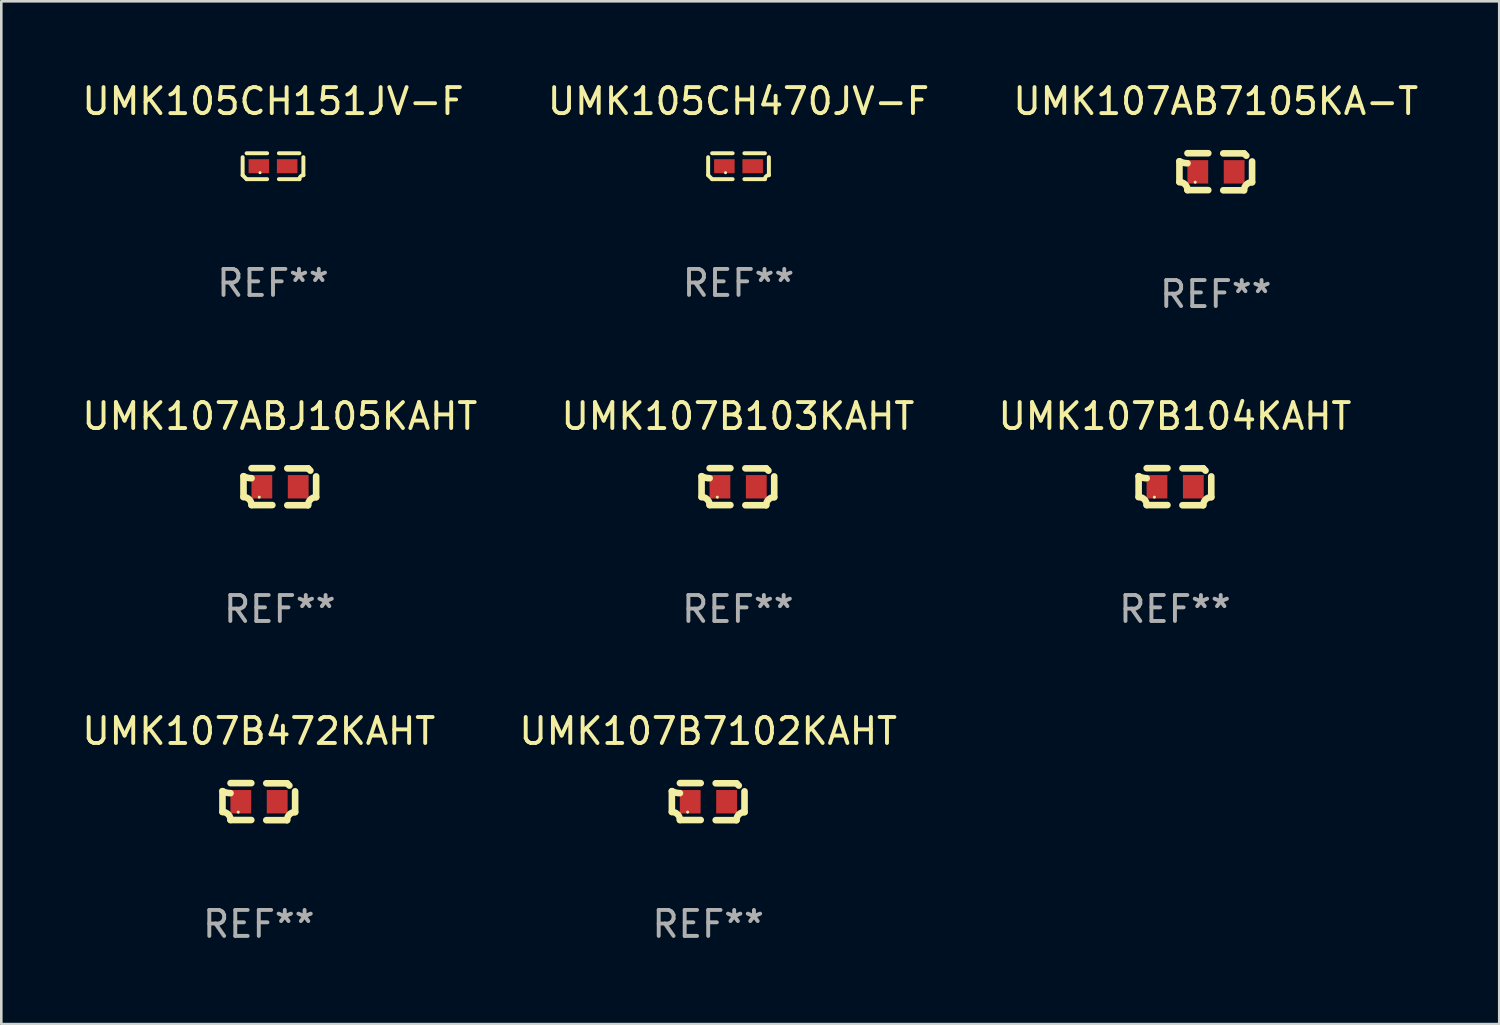
<source format=kicad_pcb>
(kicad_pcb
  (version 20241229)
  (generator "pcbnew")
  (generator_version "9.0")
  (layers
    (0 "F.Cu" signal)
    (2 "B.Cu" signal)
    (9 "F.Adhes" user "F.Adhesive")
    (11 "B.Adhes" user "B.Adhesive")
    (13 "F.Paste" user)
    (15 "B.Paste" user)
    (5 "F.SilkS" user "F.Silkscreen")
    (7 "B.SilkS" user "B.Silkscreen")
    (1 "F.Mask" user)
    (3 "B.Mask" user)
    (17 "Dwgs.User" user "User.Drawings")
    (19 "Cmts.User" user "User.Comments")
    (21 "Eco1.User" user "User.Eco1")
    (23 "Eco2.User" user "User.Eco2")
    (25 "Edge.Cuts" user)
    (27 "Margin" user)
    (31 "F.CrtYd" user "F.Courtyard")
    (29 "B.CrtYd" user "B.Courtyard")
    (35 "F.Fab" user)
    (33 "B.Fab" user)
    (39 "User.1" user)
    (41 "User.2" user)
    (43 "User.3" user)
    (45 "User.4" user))
  (footprint "UMK105CH470JV-F"
    (layer "F.Cu")
    (at 25.375 3.347)
    (property "Reference" "UMK105CH470JV-F" (at 0 -2.499 0) (layer "F.SilkS") (effects (font (size 1 1) (thickness 0.15))))
    (attr through_hole)
    (fp_line (start -1.169 0.346) (end -1.169 -0.346) (stroke (width 0.152) (type solid)) (layer "F.SilkS"))
    (fp_line (start -1.016 -0.499) (end -0.226 -0.499) (stroke (width 0.152) (type solid)) (layer "F.SilkS"))
    (fp_line (start -0.226 0.499) (end -1.016 0.499) (stroke (width 0.152) (type solid)) (layer "F.SilkS"))
    (fp_line (start 0.226 0.499) (end 1.016 0.499) (stroke (width 0.152) (type solid)) (layer "F.SilkS"))
    (fp_line (start 1.016 -0.499) (end 0.226 -0.499) (stroke (width 0.152) (type solid)) (layer "F.SilkS"))
    (fp_line (start 1.169 0.346) (end 1.169 -0.346) (stroke (width 0.152) (type solid)) (layer "F.SilkS"))
    (fp_arc (start -1.016307 0.498603) (mid -1.092512 0.422405) (end -1.16871 0.3462) (stroke (width 0.1524) (type solid)) (layer "F.SilkS"))
    (fp_arc (start 1.016307 0.498603) (mid 1.060899 0.390758) (end 1.168707 0.346076) (stroke (width 0.1524) (type solid)) (layer "F.SilkS"))
    (fp_circle (center -0.5 0.25) (end -0.47 0.25) (stroke (width 0.06) (type solid)) (fill no) (layer "F.SilkS"))
    (fp_text user "REF**" (at 0 4.499 0) (layer "F.Fab") (effects (font (size 1 1) (thickness 0.15))))
    (pad "1" smd rect (at -0.545 0) (size 0.79 0.54) (layers "F.Cu" "F.Mask" "F.Paste"))
    (pad "2" smd rect (at 0.545 0) (size 0.79 0.54) (layers "F.Cu" "F.Mask" "F.Paste")))
  (footprint "UMK107B103KAHT"
    (layer "F.Cu")
    (at 25.351 15.683)
    (property "Reference" "UMK107B103KAHT" (at 0 -2.713 0) (layer "F.SilkS") (effects (font (size 1 1) (thickness 0.15))))
    (attr through_hole)
    (fp_line (start -1.398 -0.403) (end -1.398 0.397) (stroke (width 0.254) (type solid)) (layer "F.SilkS"))
    (fp_line (start -0.288 -0.713) (end -1.088 -0.713) (stroke (width 0.254) (type solid)) (layer "F.SilkS"))
    (fp_line (start -0.288 0.707) (end -1.088 0.707) (stroke (width 0.254) (type solid)) (layer "F.SilkS"))
    (fp_line (start 0.288 -0.707) (end 1.088 -0.707) (stroke (width 0.254) (type solid)) (layer "F.SilkS"))
    (fp_line (start 0.288 0.713) (end 1.088 0.713) (stroke (width 0.254) (type solid)) (layer "F.SilkS"))
    (fp_line (start 1.398 -0.397) (end 1.398 0.403) (stroke (width 0.254) (type solid)) (layer "F.SilkS"))
    (fp_arc (start -1.397789 0.397066) (mid -1.178701 0.487826) (end -1.08796 0.706922) (stroke (width 0.254001) (type solid)) (layer "F.SilkS"))
    (fp_arc (start -1.08796 -0.327176) (mid -1.247436 -0.346384) (end -1.39779 -0.402908) (stroke (width 0.254001) (type solid)) (layer "F.SilkS"))
    (fp_arc (start 1.087909 0.712738) (mid 1.178656 0.493655) (end 1.397739 0.402908) (stroke (width 0.254001) (type solid)) (layer "F.SilkS"))
    (fp_arc (start 1.175925 -0.618926) (mid 1.131917 -0.662923) (end 1.08791 -0.706922) (stroke (width 0.254001) (type solid)) (layer "F.SilkS"))
    (fp_circle (center -0.792 0.403) (end -0.762 0.403) (stroke (width 0.06) (type solid)) (fill no) (layer "F.SilkS"))
    (fp_text user "REF**" (at 0 4.713 0) (layer "F.Fab") (effects (font (size 1 1) (thickness 0.15))))
    (pad "1" smd rect (at -0.692 0.003) (size 0.8 0.9) (layers "F.Cu" "F.Mask" "F.Paste"))
    (pad "2" smd rect (at 0.708 0.003) (size 0.8 0.9) (layers "F.Cu" "F.Mask" "F.Paste")))
  (footprint "UMK107AB7105KA-T"
    (layer "F.Cu")
    (at 43.744 3.561)
    (property "Reference" "UMK107AB7105KA-T" (at 0 -2.713 0) (layer "F.SilkS") (effects (font (size 1 1) (thickness 0.15))))
    (attr through_hole)
    (fp_line (start -1.398 -0.403) (end -1.398 0.397) (stroke (width 0.254) (type solid)) (layer "F.SilkS"))
    (fp_line (start -0.288 -0.713) (end -1.088 -0.713) (stroke (width 0.254) (type solid)) (layer "F.SilkS"))
    (fp_line (start -0.288 0.707) (end -1.088 0.707) (stroke (width 0.254) (type solid)) (layer "F.SilkS"))
    (fp_line (start 0.288 -0.707) (end 1.088 -0.707) (stroke (width 0.254) (type solid)) (layer "F.SilkS"))
    (fp_line (start 0.288 0.713) (end 1.088 0.713) (stroke (width 0.254) (type solid)) (layer "F.SilkS"))
    (fp_line (start 1.398 -0.397) (end 1.398 0.403) (stroke (width 0.254) (type solid)) (layer "F.SilkS"))
    (fp_arc (start -1.397789 0.397066) (mid -1.178701 0.487826) (end -1.08796 0.706922) (stroke (width 0.254001) (type solid)) (layer "F.SilkS"))
    (fp_arc (start -1.08796 -0.327176) (mid -1.247436 -0.346384) (end -1.39779 -0.402908) (stroke (width 0.254001) (type solid)) (layer "F.SilkS"))
    (fp_arc (start 1.087909 0.712738) (mid 1.178656 0.493655) (end 1.397739 0.402908) (stroke (width 0.254001) (type solid)) (layer "F.SilkS"))
    (fp_arc (start 1.175925 -0.618926) (mid 1.131917 -0.662923) (end 1.08791 -0.706922) (stroke (width 0.254001) (type solid)) (layer "F.SilkS"))
    (fp_circle (center -0.792 0.403) (end -0.762 0.403) (stroke (width 0.06) (type solid)) (fill no) (layer "F.SilkS"))
    (fp_text user "REF**" (at 0 4.713 0) (layer "F.Fab") (effects (font (size 1 1) (thickness 0.15))))
    (pad "1" smd rect (at -0.692 0.003) (size 0.8 0.9) (layers "F.Cu" "F.Mask" "F.Paste"))
    (pad "2" smd rect (at 0.708 0.003) (size 0.8 0.9) (layers "F.Cu" "F.Mask" "F.Paste")))
  (footprint "UMK107B104KAHT"
    (layer "F.Cu")
    (at 42.173 15.683)
    (property "Reference" "UMK107B104KAHT" (at 0 -2.713 0) (layer "F.SilkS") (effects (font (size 1 1) (thickness 0.15))))
    (attr through_hole)
    (fp_line (start -1.398 -0.403) (end -1.398 0.397) (stroke (width 0.254) (type solid)) (layer "F.SilkS"))
    (fp_line (start -0.288 -0.713) (end -1.088 -0.713) (stroke (width 0.254) (type solid)) (layer "F.SilkS"))
    (fp_line (start -0.288 0.707) (end -1.088 0.707) (stroke (width 0.254) (type solid)) (layer "F.SilkS"))
    (fp_line (start 0.288 -0.707) (end 1.088 -0.707) (stroke (width 0.254) (type solid)) (layer "F.SilkS"))
    (fp_line (start 0.288 0.713) (end 1.088 0.713) (stroke (width 0.254) (type solid)) (layer "F.SilkS"))
    (fp_line (start 1.398 -0.397) (end 1.398 0.403) (stroke (width 0.254) (type solid)) (layer "F.SilkS"))
    (fp_arc (start -1.397789 0.397066) (mid -1.178701 0.487826) (end -1.08796 0.706922) (stroke (width 0.254001) (type solid)) (layer "F.SilkS"))
    (fp_arc (start -1.08796 -0.327176) (mid -1.247436 -0.346384) (end -1.39779 -0.402908) (stroke (width 0.254001) (type solid)) (layer "F.SilkS"))
    (fp_arc (start 1.087909 0.712738) (mid 1.178656 0.493655) (end 1.397739 0.402908) (stroke (width 0.254001) (type solid)) (layer "F.SilkS"))
    (fp_arc (start 1.175925 -0.618926) (mid 1.131917 -0.662923) (end 1.08791 -0.706922) (stroke (width 0.254001) (type solid)) (layer "F.SilkS"))
    (fp_circle (center -0.792 0.403) (end -0.762 0.403) (stroke (width 0.06) (type solid)) (fill no) (layer "F.SilkS"))
    (fp_text user "REF**" (at 0 4.713 0) (layer "F.Fab") (effects (font (size 1 1) (thickness 0.15))))
    (pad "1" smd rect (at -0.692 0.003) (size 0.8 0.9) (layers "F.Cu" "F.Mask" "F.Paste"))
    (pad "2" smd rect (at 0.708 0.003) (size 0.8 0.9) (layers "F.Cu" "F.Mask" "F.Paste")))
  (footprint "UMK107ABJ105KAHT"
    (layer "F.Cu")
    (at 7.72 15.683)
    (property "Reference" "UMK107ABJ105KAHT" (at 0 -2.713 0) (layer "F.SilkS") (effects (font (size 1 1) (thickness 0.15))))
    (attr through_hole)
    (fp_line (start -1.398 -0.403) (end -1.398 0.397) (stroke (width 0.254) (type solid)) (layer "F.SilkS"))
    (fp_line (start -0.288 -0.713) (end -1.088 -0.713) (stroke (width 0.254) (type solid)) (layer "F.SilkS"))
    (fp_line (start -0.288 0.707) (end -1.088 0.707) (stroke (width 0.254) (type solid)) (layer "F.SilkS"))
    (fp_line (start 0.288 -0.707) (end 1.088 -0.707) (stroke (width 0.254) (type solid)) (layer "F.SilkS"))
    (fp_line (start 0.288 0.713) (end 1.088 0.713) (stroke (width 0.254) (type solid)) (layer "F.SilkS"))
    (fp_line (start 1.398 -0.397) (end 1.398 0.403) (stroke (width 0.254) (type solid)) (layer "F.SilkS"))
    (fp_arc (start -1.397789 0.397066) (mid -1.178701 0.487826) (end -1.08796 0.706922) (stroke (width 0.254001) (type solid)) (layer "F.SilkS"))
    (fp_arc (start -1.08796 -0.327176) (mid -1.247436 -0.346384) (end -1.39779 -0.402908) (stroke (width 0.254001) (type solid)) (layer "F.SilkS"))
    (fp_arc (start 1.087909 0.712738) (mid 1.178656 0.493655) (end 1.397739 0.402908) (stroke (width 0.254001) (type solid)) (layer "F.SilkS"))
    (fp_arc (start 1.175925 -0.618926) (mid 1.131917 -0.662923) (end 1.08791 -0.706922) (stroke (width 0.254001) (type solid)) (layer "F.SilkS"))
    (fp_circle (center -0.792 0.403) (end -0.762 0.403) (stroke (width 0.06) (type solid)) (fill no) (layer "F.SilkS"))
    (fp_text user "REF**" (at 0 4.713 0) (layer "F.Fab") (effects (font (size 1 1) (thickness 0.15))))
    (pad "1" smd rect (at -0.692 0.003) (size 0.8 0.9) (layers "F.Cu" "F.Mask" "F.Paste"))
    (pad "2" smd rect (at 0.708 0.003) (size 0.8 0.9) (layers "F.Cu" "F.Mask" "F.Paste")))
  (footprint "UMK105CH151JV-F"
    (layer "F.Cu")
    (at 7.458 3.347)
    (property "Reference" "UMK105CH151JV-F" (at 0 -2.499 0) (layer "F.SilkS") (effects (font (size 1 1) (thickness 0.15))))
    (attr through_hole)
    (fp_line (start -1.169 0.346) (end -1.169 -0.346) (stroke (width 0.152) (type solid)) (layer "F.SilkS"))
    (fp_line (start -1.016 -0.499) (end -0.226 -0.499) (stroke (width 0.152) (type solid)) (layer "F.SilkS"))
    (fp_line (start -0.226 0.499) (end -1.016 0.499) (stroke (width 0.152) (type solid)) (layer "F.SilkS"))
    (fp_line (start 0.226 0.499) (end 1.016 0.499) (stroke (width 0.152) (type solid)) (layer "F.SilkS"))
    (fp_line (start 1.016 -0.499) (end 0.226 -0.499) (stroke (width 0.152) (type solid)) (layer "F.SilkS"))
    (fp_line (start 1.169 0.346) (end 1.169 -0.346) (stroke (width 0.152) (type solid)) (layer "F.SilkS"))
    (fp_arc (start -1.016307 0.498603) (mid -1.092512 0.422405) (end -1.16871 0.3462) (stroke (width 0.1524) (type solid)) (layer "F.SilkS"))
    (fp_arc (start 1.016307 0.498603) (mid 1.060899 0.390758) (end 1.168707 0.346076) (stroke (width 0.1524) (type solid)) (layer "F.SilkS"))
    (fp_circle (center -0.5 0.25) (end -0.47 0.25) (stroke (width 0.06) (type solid)) (fill no) (layer "F.SilkS"))
    (fp_text user "REF**" (at 0 4.499 0) (layer "F.Fab") (effects (font (size 1 1) (thickness 0.15))))
    (pad "1" smd rect (at -0.545 0) (size 0.79 0.54) (layers "F.Cu" "F.Mask" "F.Paste"))
    (pad "2" smd rect (at 0.545 0) (size 0.79 0.54) (layers "F.Cu" "F.Mask" "F.Paste")))
  (footprint "UMK107B472KAHT"
    (layer "F.Cu")
    (at 6.911 27.805)
    (property "Reference" "UMK107B472KAHT" (at 0 -2.713 0) (layer "F.SilkS") (effects (font (size 1 1) (thickness 0.15))))
    (attr through_hole)
    (fp_line (start -1.398 -0.403) (end -1.398 0.397) (stroke (width 0.254) (type solid)) (layer "F.SilkS"))
    (fp_line (start -0.288 -0.713) (end -1.088 -0.713) (stroke (width 0.254) (type solid)) (layer "F.SilkS"))
    (fp_line (start -0.288 0.707) (end -1.088 0.707) (stroke (width 0.254) (type solid)) (layer "F.SilkS"))
    (fp_line (start 0.288 -0.707) (end 1.088 -0.707) (stroke (width 0.254) (type solid)) (layer "F.SilkS"))
    (fp_line (start 0.288 0.713) (end 1.088 0.713) (stroke (width 0.254) (type solid)) (layer "F.SilkS"))
    (fp_line (start 1.398 -0.397) (end 1.398 0.403) (stroke (width 0.254) (type solid)) (layer "F.SilkS"))
    (fp_arc (start -1.397789 0.397066) (mid -1.178701 0.487826) (end -1.08796 0.706922) (stroke (width 0.254001) (type solid)) (layer "F.SilkS"))
    (fp_arc (start -1.08796 -0.327176) (mid -1.247436 -0.346384) (end -1.39779 -0.402908) (stroke (width 0.254001) (type solid)) (layer "F.SilkS"))
    (fp_arc (start 1.087909 0.712738) (mid 1.178656 0.493655) (end 1.397739 0.402908) (stroke (width 0.254001) (type solid)) (layer "F.SilkS"))
    (fp_arc (start 1.175925 -0.618926) (mid 1.131917 -0.662923) (end 1.08791 -0.706922) (stroke (width 0.254001) (type solid)) (layer "F.SilkS"))
    (fp_circle (center -0.792 0.403) (end -0.762 0.403) (stroke (width 0.06) (type solid)) (fill no) (layer "F.SilkS"))
    (fp_text user "REF**" (at 0 4.713 0) (layer "F.Fab") (effects (font (size 1 1) (thickness 0.15))))
    (pad "1" smd rect (at -0.692 0.003) (size 0.8 0.9) (layers "F.Cu" "F.Mask" "F.Paste"))
    (pad "2" smd rect (at 0.708 0.003) (size 0.8 0.9) (layers "F.Cu" "F.Mask" "F.Paste")))
  (footprint "UMK107B7102KAHT"
    (layer "F.Cu")
    (at 24.208 27.805)
    (property "Reference" "UMK107B7102KAHT" (at 0 -2.713 0) (layer "F.SilkS") (effects (font (size 1 1) (thickness 0.15))))
    (attr through_hole)
    (fp_line (start -1.398 -0.403) (end -1.398 0.397) (stroke (width 0.254) (type solid)) (layer "F.SilkS"))
    (fp_line (start -0.288 -0.713) (end -1.088 -0.713) (stroke (width 0.254) (type solid)) (layer "F.SilkS"))
    (fp_line (start -0.288 0.707) (end -1.088 0.707) (stroke (width 0.254) (type solid)) (layer "F.SilkS"))
    (fp_line (start 0.288 -0.707) (end 1.088 -0.707) (stroke (width 0.254) (type solid)) (layer "F.SilkS"))
    (fp_line (start 0.288 0.713) (end 1.088 0.713) (stroke (width 0.254) (type solid)) (layer "F.SilkS"))
    (fp_line (start 1.398 -0.397) (end 1.398 0.403) (stroke (width 0.254) (type solid)) (layer "F.SilkS"))
    (fp_arc (start -1.397789 0.397066) (mid -1.178701 0.487826) (end -1.08796 0.706922) (stroke (width 0.254001) (type solid)) (layer "F.SilkS"))
    (fp_arc (start -1.08796 -0.327176) (mid -1.247436 -0.346384) (end -1.39779 -0.402908) (stroke (width 0.254001) (type solid)) (layer "F.SilkS"))
    (fp_arc (start 1.087909 0.712738) (mid 1.178656 0.493655) (end 1.397739 0.402908) (stroke (width 0.254001) (type solid)) (layer "F.SilkS"))
    (fp_arc (start 1.175925 -0.618926) (mid 1.131917 -0.662923) (end 1.08791 -0.706922) (stroke (width 0.254001) (type solid)) (layer "F.SilkS"))
    (fp_circle (center -0.792 0.403) (end -0.762 0.403) (stroke (width 0.06) (type solid)) (fill no) (layer "F.SilkS"))
    (fp_text user "REF**" (at 0 4.713 0) (layer "F.Fab") (effects (font (size 1 1) (thickness 0.15))))
    (pad "1" smd rect (at -0.692 0.003) (size 0.8 0.9) (layers "F.Cu" "F.Mask" "F.Paste"))
    (pad "2" smd rect (at 0.708 0.003) (size 0.8 0.9) (layers "F.Cu" "F.Mask" "F.Paste")))
  (gr_rect
    (start -3 -3)
    (end 54.655 36.366)
    (stroke (width 0.1) (type default))
    (fill no)
    (layer "Edge.Cuts")))
</source>
